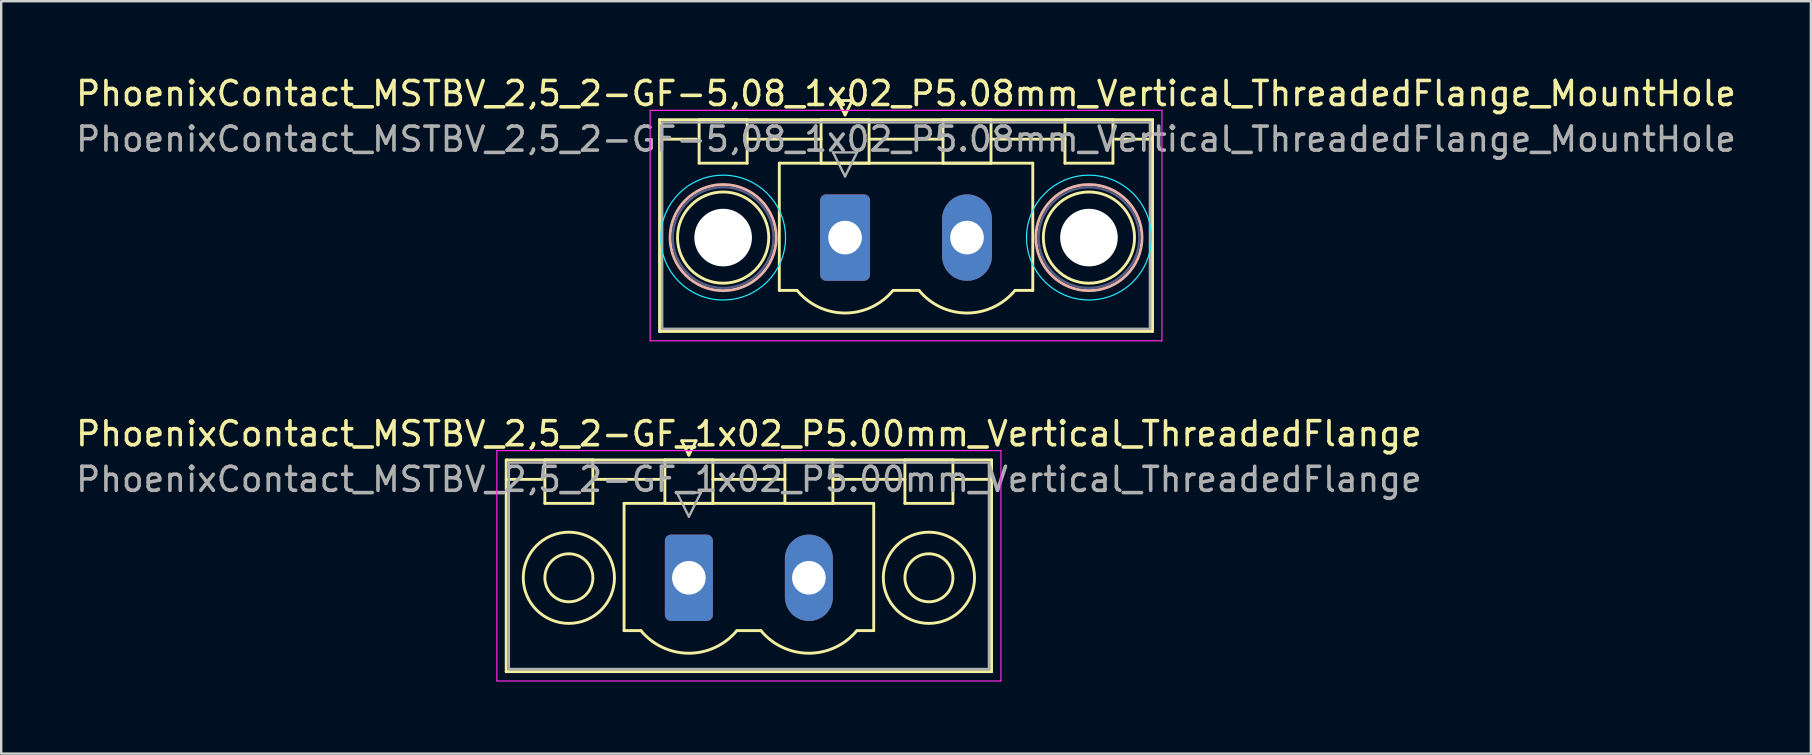
<source format=kicad_pcb>
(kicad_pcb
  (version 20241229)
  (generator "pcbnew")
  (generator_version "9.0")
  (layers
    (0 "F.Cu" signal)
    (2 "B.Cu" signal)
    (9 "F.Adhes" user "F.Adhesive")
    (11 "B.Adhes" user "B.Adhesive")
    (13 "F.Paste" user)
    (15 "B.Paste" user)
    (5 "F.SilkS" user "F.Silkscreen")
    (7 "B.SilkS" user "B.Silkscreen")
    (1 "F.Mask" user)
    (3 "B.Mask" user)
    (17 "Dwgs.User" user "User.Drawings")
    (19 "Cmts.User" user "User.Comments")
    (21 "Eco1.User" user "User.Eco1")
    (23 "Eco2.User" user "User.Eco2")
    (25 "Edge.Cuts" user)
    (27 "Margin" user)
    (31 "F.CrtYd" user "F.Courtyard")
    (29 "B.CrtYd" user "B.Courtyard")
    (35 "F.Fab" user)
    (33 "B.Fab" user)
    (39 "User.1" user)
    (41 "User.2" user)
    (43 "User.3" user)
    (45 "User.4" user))
  (footprint "PhoenixContact_MSTBV_2,5_2-GF-5,08_1x02_P5.08mm_Vertical_ThreadedFlange_MountHole"
    (layer "F.Cu")
    (at 32.156 6.848)
    (property "Reference" "PhoenixContact_MSTBV_2,5_2-GF-5,08_1x02_P5.08mm_Vertical_ThreadedFlange_MountHole" (at 2.54 -6 0) (layer "F.SilkS") (effects (font (size 1 1) (thickness 0.15))))
    (attr through_hole)
    (fp_line (start -7.73 -4.91) (end -7.73 3.91) (stroke (width 0.12) (type solid)) (layer "F.SilkS"))
    (fp_line (start -7.73 -4.1) (end -6.19 -4.1) (stroke (width 0.12) (type solid)) (layer "F.SilkS"))
    (fp_line (start -7.73 3.91) (end 12.81 3.91) (stroke (width 0.12) (type solid)) (layer "F.SilkS"))
    (fp_line (start -6.08 -4.91) (end -4.08 -4.91) (stroke (width 0.12) (type solid)) (layer "F.SilkS"))
    (fp_line (start -6.08 -3.1) (end -6.08 -4.91) (stroke (width 0.12) (type solid)) (layer "F.SilkS"))
    (fp_line (start -4.08 -4.91) (end -4.08 -3.1) (stroke (width 0.12) (type solid)) (layer "F.SilkS"))
    (fp_line (start -4.08 -4.1) (end -1 -4.1) (stroke (width 0.12) (type solid)) (layer "F.SilkS"))
    (fp_line (start -4.08 -3.1) (end -6.08 -3.1) (stroke (width 0.12) (type solid)) (layer "F.SilkS"))
    (fp_line (start -2.74 -3.1) (end 7.82 -3.1) (stroke (width 0.12) (type solid)) (layer "F.SilkS"))
    (fp_line (start -2.74 2.2) (end -2.74 -3.1) (stroke (width 0.12) (type solid)) (layer "F.SilkS"))
    (fp_line (start -2 2.2) (end -2.74 2.2) (stroke (width 0.12) (type solid)) (layer "F.SilkS"))
    (fp_line (start -1 -4.91) (end 1 -4.91) (stroke (width 0.12) (type solid)) (layer "F.SilkS"))
    (fp_line (start -1 -3.1) (end -1 -4.91) (stroke (width 0.12) (type solid)) (layer "F.SilkS"))
    (fp_line (start -0.3 -5.71) (end 0.3 -5.71) (stroke (width 0.12) (type solid)) (layer "F.SilkS"))
    (fp_line (start 0 -5.11) (end -0.3 -5.71) (stroke (width 0.12) (type solid)) (layer "F.SilkS"))
    (fp_line (start 0.3 -5.71) (end 0 -5.11) (stroke (width 0.12) (type solid)) (layer "F.SilkS"))
    (fp_line (start 1 -4.91) (end 1 -3.1) (stroke (width 0.12) (type solid)) (layer "F.SilkS"))
    (fp_line (start 1 -4.1) (end 4.08 -4.1) (stroke (width 0.12) (type solid)) (layer "F.SilkS"))
    (fp_line (start 1 -3.1) (end -1 -3.1) (stroke (width 0.12) (type solid)) (layer "F.SilkS"))
    (fp_line (start 2 2.2) (end 3.08 2.2) (stroke (width 0.12) (type solid)) (layer "F.SilkS"))
    (fp_line (start 4.08 -4.91) (end 6.08 -4.91) (stroke (width 0.12) (type solid)) (layer "F.SilkS"))
    (fp_line (start 4.08 -3.1) (end 4.08 -4.91) (stroke (width 0.12) (type solid)) (layer "F.SilkS"))
    (fp_line (start 6.08 -4.91) (end 6.08 -3.1) (stroke (width 0.12) (type solid)) (layer "F.SilkS"))
    (fp_line (start 6.08 -4.1) (end 9.16 -4.1) (stroke (width 0.12) (type solid)) (layer "F.SilkS"))
    (fp_line (start 6.08 -3.1) (end 4.08 -3.1) (stroke (width 0.12) (type solid)) (layer "F.SilkS"))
    (fp_line (start 7.82 -3.1) (end 7.82 2.2) (stroke (width 0.12) (type solid)) (layer "F.SilkS"))
    (fp_line (start 7.82 2.2) (end 7.08 2.2) (stroke (width 0.12) (type solid)) (layer "F.SilkS"))
    (fp_line (start 9.16 -4.91) (end 11.16 -4.91) (stroke (width 0.12) (type solid)) (layer "F.SilkS"))
    (fp_line (start 9.16 -3.1) (end 9.16 -4.91) (stroke (width 0.12) (type solid)) (layer "F.SilkS"))
    (fp_line (start 11.16 -4.91) (end 11.16 -3.1) (stroke (width 0.12) (type solid)) (layer "F.SilkS"))
    (fp_line (start 11.16 -3.1) (end 9.16 -3.1) (stroke (width 0.12) (type solid)) (layer "F.SilkS"))
    (fp_line (start 12.81 -4.91) (end -7.73 -4.91) (stroke (width 0.12) (type solid)) (layer "F.SilkS"))
    (fp_line (start 12.81 -4.1) (end 11.27 -4.1) (stroke (width 0.12) (type solid)) (layer "F.SilkS"))
    (fp_line (start 12.81 3.91) (end 12.81 -4.91) (stroke (width 0.12) (type solid)) (layer "F.SilkS"))
    (fp_arc (start 1.986842 2.215821) (mid -0.010289 3.142758) (end -2 2.2) (stroke (width 0.12) (type solid)) (layer "F.SilkS"))
    (fp_arc (start 7.066842 2.215821) (mid 5.069711 3.142758) (end 3.08 2.2) (stroke (width 0.12) (type solid)) (layer "F.SilkS"))
    (fp_circle (center -5.08 0) (end -3.18 0) (stroke (width 0.12) (type solid)) (fill no) (layer "F.SilkS"))
    (fp_circle (center 10.16 0) (end 12.06 0) (stroke (width 0.12) (type solid)) (fill no) (layer "F.SilkS"))
    (fp_circle (center -5.08 0) (end -2.87 0) (stroke (width 0.12) (type solid)) (fill no) (layer "B.SilkS"))
    (fp_circle (center 10.16 0) (end 12.37 0) (stroke (width 0.12) (type solid)) (fill no) (layer "B.SilkS"))
    (fp_circle (center -5.08 0) (end -2.48 0) (stroke (width 0.05) (type solid)) (fill no) (layer "B.CrtYd"))
    (fp_circle (center 10.16 0) (end 12.76 0) (stroke (width 0.05) (type solid)) (fill no) (layer "B.CrtYd"))
    (fp_line (start -8.12 -5.3) (end -8.12 4.3) (stroke (width 0.05) (type solid)) (layer "F.CrtYd"))
    (fp_line (start -8.12 4.3) (end 13.2 4.3) (stroke (width 0.05) (type solid)) (layer "F.CrtYd"))
    (fp_line (start 13.2 -5.3) (end -8.12 -5.3) (stroke (width 0.05) (type solid)) (layer "F.CrtYd"))
    (fp_line (start 13.2 4.3) (end 13.2 -5.3) (stroke (width 0.05) (type solid)) (layer "F.CrtYd"))
    (fp_circle (center -5.08 0) (end -2.98 0) (stroke (width 0.1) (type solid)) (fill no) (layer "B.Fab"))
    (fp_circle (center 10.16 0) (end 12.26 0) (stroke (width 0.1) (type solid)) (fill no) (layer "B.Fab"))
    (fp_line (start -7.62 -4.8) (end -7.62 3.8) (stroke (width 0.1) (type solid)) (layer "F.Fab"))
    (fp_line (start -7.62 3.8) (end 12.7 3.8) (stroke (width 0.1) (type solid)) (layer "F.Fab"))
    (fp_line (start -0.5 -3.55) (end 0.5 -3.55) (stroke (width 0.1) (type solid)) (layer "F.Fab"))
    (fp_line (start 0 -2.55) (end -0.5 -3.55) (stroke (width 0.1) (type solid)) (layer "F.Fab"))
    (fp_line (start 0.5 -3.55) (end 0 -2.55) (stroke (width 0.1) (type solid)) (layer "F.Fab"))
    (fp_line (start 12.7 -4.8) (end -7.62 -4.8) (stroke (width 0.1) (type solid)) (layer "F.Fab"))
    (fp_line (start 12.7 3.8) (end 12.7 -4.8) (stroke (width 0.1) (type solid)) (layer "F.Fab"))
    (fp_text user "${REFERENCE}" (at 2.54 -4.1 0) (layer "F.Fab") (effects (font (size 1 1) (thickness 0.15))))
    (pad "" np_thru_hole circle (at -5.08 0) (size 2.4 2.4) (drill 2.4) (layers "*.Cu" "*.Mask"))
    (pad "" np_thru_hole circle (at 10.16 0) (size 2.4 2.4) (drill 2.4) (layers "*.Cu" "*.Mask"))
    (pad "1" thru_hole roundrect (at 0 0) (size 2.08 3.6) (drill 1.4) (layers "*.Cu" "*.Mask") (roundrect_rratio 0.12))
    (pad "2" thru_hole oval (at 5.08 0) (size 2.08 3.6) (drill 1.4) (layers "*.Cu" "*.Mask")))
  (footprint "PhoenixContact_MSTBV_2,5_2-GF_1x02_P5.00mm_Vertical_ThreadedFlange"
    (layer "F.Cu")
    (at 25.649 21.021)
    (property "Reference" "PhoenixContact_MSTBV_2,5_2-GF_1x02_P5.00mm_Vertical_ThreadedFlange" (at 2.5 -6 0) (layer "F.SilkS") (effects (font (size 1 1) (thickness 0.15))))
    (attr through_hole)
    (fp_line (start -7.61 -4.91) (end -7.61 3.91) (stroke (width 0.12) (type solid)) (layer "F.SilkS"))
    (fp_line (start -7.61 -4.1) (end -6.11 -4.1) (stroke (width 0.12) (type solid)) (layer "F.SilkS"))
    (fp_line (start -7.61 3.91) (end 12.61 3.91) (stroke (width 0.12) (type solid)) (layer "F.SilkS"))
    (fp_line (start -6 -4.91) (end -4 -4.91) (stroke (width 0.12) (type solid)) (layer "F.SilkS"))
    (fp_line (start -6 -3.1) (end -6 -4.91) (stroke (width 0.12) (type solid)) (layer "F.SilkS"))
    (fp_line (start -4 -4.91) (end -4 -3.1) (stroke (width 0.12) (type solid)) (layer "F.SilkS"))
    (fp_line (start -4 -4.1) (end -1 -4.1) (stroke (width 0.12) (type solid)) (layer "F.SilkS"))
    (fp_line (start -4 -3.1) (end -6 -3.1) (stroke (width 0.12) (type solid)) (layer "F.SilkS"))
    (fp_line (start -2.7 -3.1) (end 7.7 -3.1) (stroke (width 0.12) (type solid)) (layer "F.SilkS"))
    (fp_line (start -2.7 2.2) (end -2.7 -3.1) (stroke (width 0.12) (type solid)) (layer "F.SilkS"))
    (fp_line (start -2 2.2) (end -2.7 2.2) (stroke (width 0.12) (type solid)) (layer "F.SilkS"))
    (fp_line (start -1 -4.91) (end 1 -4.91) (stroke (width 0.12) (type solid)) (layer "F.SilkS"))
    (fp_line (start -1 -3.1) (end -1 -4.91) (stroke (width 0.12) (type solid)) (layer "F.SilkS"))
    (fp_line (start -0.3 -5.71) (end 0.3 -5.71) (stroke (width 0.12) (type solid)) (layer "F.SilkS"))
    (fp_line (start 0 -5.11) (end -0.3 -5.71) (stroke (width 0.12) (type solid)) (layer "F.SilkS"))
    (fp_line (start 0.3 -5.71) (end 0 -5.11) (stroke (width 0.12) (type solid)) (layer "F.SilkS"))
    (fp_line (start 1 -4.91) (end 1 -3.1) (stroke (width 0.12) (type solid)) (layer "F.SilkS"))
    (fp_line (start 1 -4.1) (end 4 -4.1) (stroke (width 0.12) (type solid)) (layer "F.SilkS"))
    (fp_line (start 1 -3.1) (end -1 -3.1) (stroke (width 0.12) (type solid)) (layer "F.SilkS"))
    (fp_line (start 2 2.2) (end 3 2.2) (stroke (width 0.12) (type solid)) (layer "F.SilkS"))
    (fp_line (start 4 -4.91) (end 6 -4.91) (stroke (width 0.12) (type solid)) (layer "F.SilkS"))
    (fp_line (start 4 -3.1) (end 4 -4.91) (stroke (width 0.12) (type solid)) (layer "F.SilkS"))
    (fp_line (start 6 -4.91) (end 6 -3.1) (stroke (width 0.12) (type solid)) (layer "F.SilkS"))
    (fp_line (start 6 -4.1) (end 9 -4.1) (stroke (width 0.12) (type solid)) (layer "F.SilkS"))
    (fp_line (start 6 -3.1) (end 4 -3.1) (stroke (width 0.12) (type solid)) (layer "F.SilkS"))
    (fp_line (start 7.7 -3.1) (end 7.7 2.2) (stroke (width 0.12) (type solid)) (layer "F.SilkS"))
    (fp_line (start 7.7 2.2) (end 7 2.2) (stroke (width 0.12) (type solid)) (layer "F.SilkS"))
    (fp_line (start 9 -4.91) (end 11 -4.91) (stroke (width 0.12) (type solid)) (layer "F.SilkS"))
    (fp_line (start 9 -3.1) (end 9 -4.91) (stroke (width 0.12) (type solid)) (layer "F.SilkS"))
    (fp_line (start 11 -4.91) (end 11 -3.1) (stroke (width 0.12) (type solid)) (layer "F.SilkS"))
    (fp_line (start 11 -3.1) (end 9 -3.1) (stroke (width 0.12) (type solid)) (layer "F.SilkS"))
    (fp_line (start 12.61 -4.91) (end -7.61 -4.91) (stroke (width 0.12) (type solid)) (layer "F.SilkS"))
    (fp_line (start 12.61 -4.1) (end 11.11 -4.1) (stroke (width 0.12) (type solid)) (layer "F.SilkS"))
    (fp_line (start 12.61 3.91) (end 12.61 -4.91) (stroke (width 0.12) (type solid)) (layer "F.SilkS"))
    (fp_arc (start 1.986842 2.215821) (mid -0.010289 3.142758) (end -2 2.2) (stroke (width 0.12) (type solid)) (layer "F.SilkS"))
    (fp_arc (start 6.986842 2.215821) (mid 4.989711 3.142758) (end 3 2.2) (stroke (width 0.12) (type solid)) (layer "F.SilkS"))
    (fp_circle (center -5 0) (end -4 0) (stroke (width 0.12) (type solid)) (fill no) (layer "F.SilkS"))
    (fp_circle (center -5 0) (end -3.1 0) (stroke (width 0.12) (type solid)) (fill no) (layer "F.SilkS"))
    (fp_circle (center 10 0) (end 11 0) (stroke (width 0.12) (type solid)) (fill no) (layer "F.SilkS"))
    (fp_circle (center 10 0) (end 11.9 0) (stroke (width 0.12) (type solid)) (fill no) (layer "F.SilkS"))
    (fp_line (start -8 -5.3) (end -8 4.3) (stroke (width 0.05) (type solid)) (layer "F.CrtYd"))
    (fp_line (start -8 4.3) (end 13 4.3) (stroke (width 0.05) (type solid)) (layer "F.CrtYd"))
    (fp_line (start 13 -5.3) (end -8 -5.3) (stroke (width 0.05) (type solid)) (layer "F.CrtYd"))
    (fp_line (start 13 4.3) (end 13 -5.3) (stroke (width 0.05) (type solid)) (layer "F.CrtYd"))
    (fp_line (start -7.5 -4.8) (end -7.5 3.8) (stroke (width 0.1) (type solid)) (layer "F.Fab"))
    (fp_line (start -7.5 3.8) (end 12.5 3.8) (stroke (width 0.1) (type solid)) (layer "F.Fab"))
    (fp_line (start -0.5 -3.55) (end 0.5 -3.55) (stroke (width 0.1) (type solid)) (layer "F.Fab"))
    (fp_line (start 0 -2.55) (end -0.5 -3.55) (stroke (width 0.1) (type solid)) (layer "F.Fab"))
    (fp_line (start 0.5 -3.55) (end 0 -2.55) (stroke (width 0.1) (type solid)) (layer "F.Fab"))
    (fp_line (start 12.5 -4.8) (end -7.5 -4.8) (stroke (width 0.1) (type solid)) (layer "F.Fab"))
    (fp_line (start 12.5 3.8) (end 12.5 -4.8) (stroke (width 0.1) (type solid)) (layer "F.Fab"))
    (fp_text user "${REFERENCE}" (at 2.5 -4.1 0) (layer "F.Fab") (effects (font (size 1 1) (thickness 0.15))))
    (pad "1" thru_hole roundrect (at 0 0) (size 2 3.6) (drill 1.4) (layers "*.Cu" "*.Mask") (roundrect_rratio 0.125))
    (pad "2" thru_hole oval (at 5 0) (size 2 3.6) (drill 1.4) (layers "*.Cu" "*.Mask")))
  (gr_rect
    (start -3 -3)
    (end 72.393 28.346)
    (stroke (width 0.1) (type default))
    (fill no)
    (layer "Edge.Cuts")))
</source>
